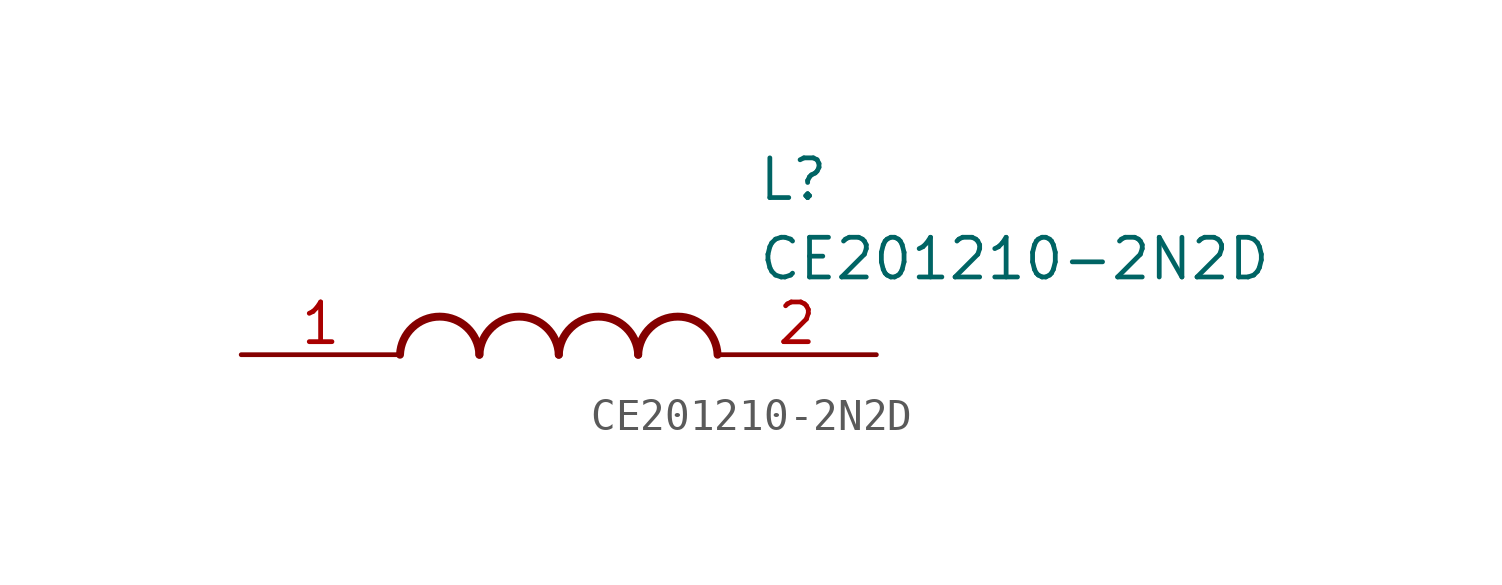
<source format=kicad_sym>
(kicad_symbol_lib
  (version 20211014)
  (generator SamacSys_ECAD_Model)
  (symbol "CE201210-2N2D"
    (pin_names hide)
    (property "Reference" "L"
      (at 16.51 6.35 0)
      (effects (font (size 1.27 1.27)) (justify left top)))
    (property "Value" "CE201210-2N2D"
      (at 16.51 3.81 0)
      (effects (font (size 1.27 1.27)) (justify left top)))
    (arc
      (start 7.62 0)
      (mid 6.35 1.219)
      (end 5.08 0)
      (stroke (width 0.254) (type default))
      (fill (type none)))
    (arc
      (start 10.16 0)
      (mid 8.89 1.219)
      (end 7.62 0)
      (stroke (width 0.254) (type default))
      (fill (type none)))
    (arc
      (start 12.7 0)
      (mid 11.43 1.219)
      (end 10.16 0)
      (stroke (width 0.254) (type default))
      (fill (type none)))
    (arc
      (start 15.24 0)
      (mid 13.97 1.219)
      (end 12.7 0)
      (stroke (width 0.254) (type default))
      (fill (type none)))
    (pin passive line
      (at 0 0 0)
      (length 5.08)
      (name "1" (effects (font (size 1.27 1.27))))
      (number "1" (effects (font (size 1.27 1.27)))))
    (pin passive line
      (at 20.32 0 180)
      (length 5.08)
      (name "2" (effects (font (size 1.27 1.27))))
      (number "2" (effects (font (size 1.27 1.27)))))))
</source>
